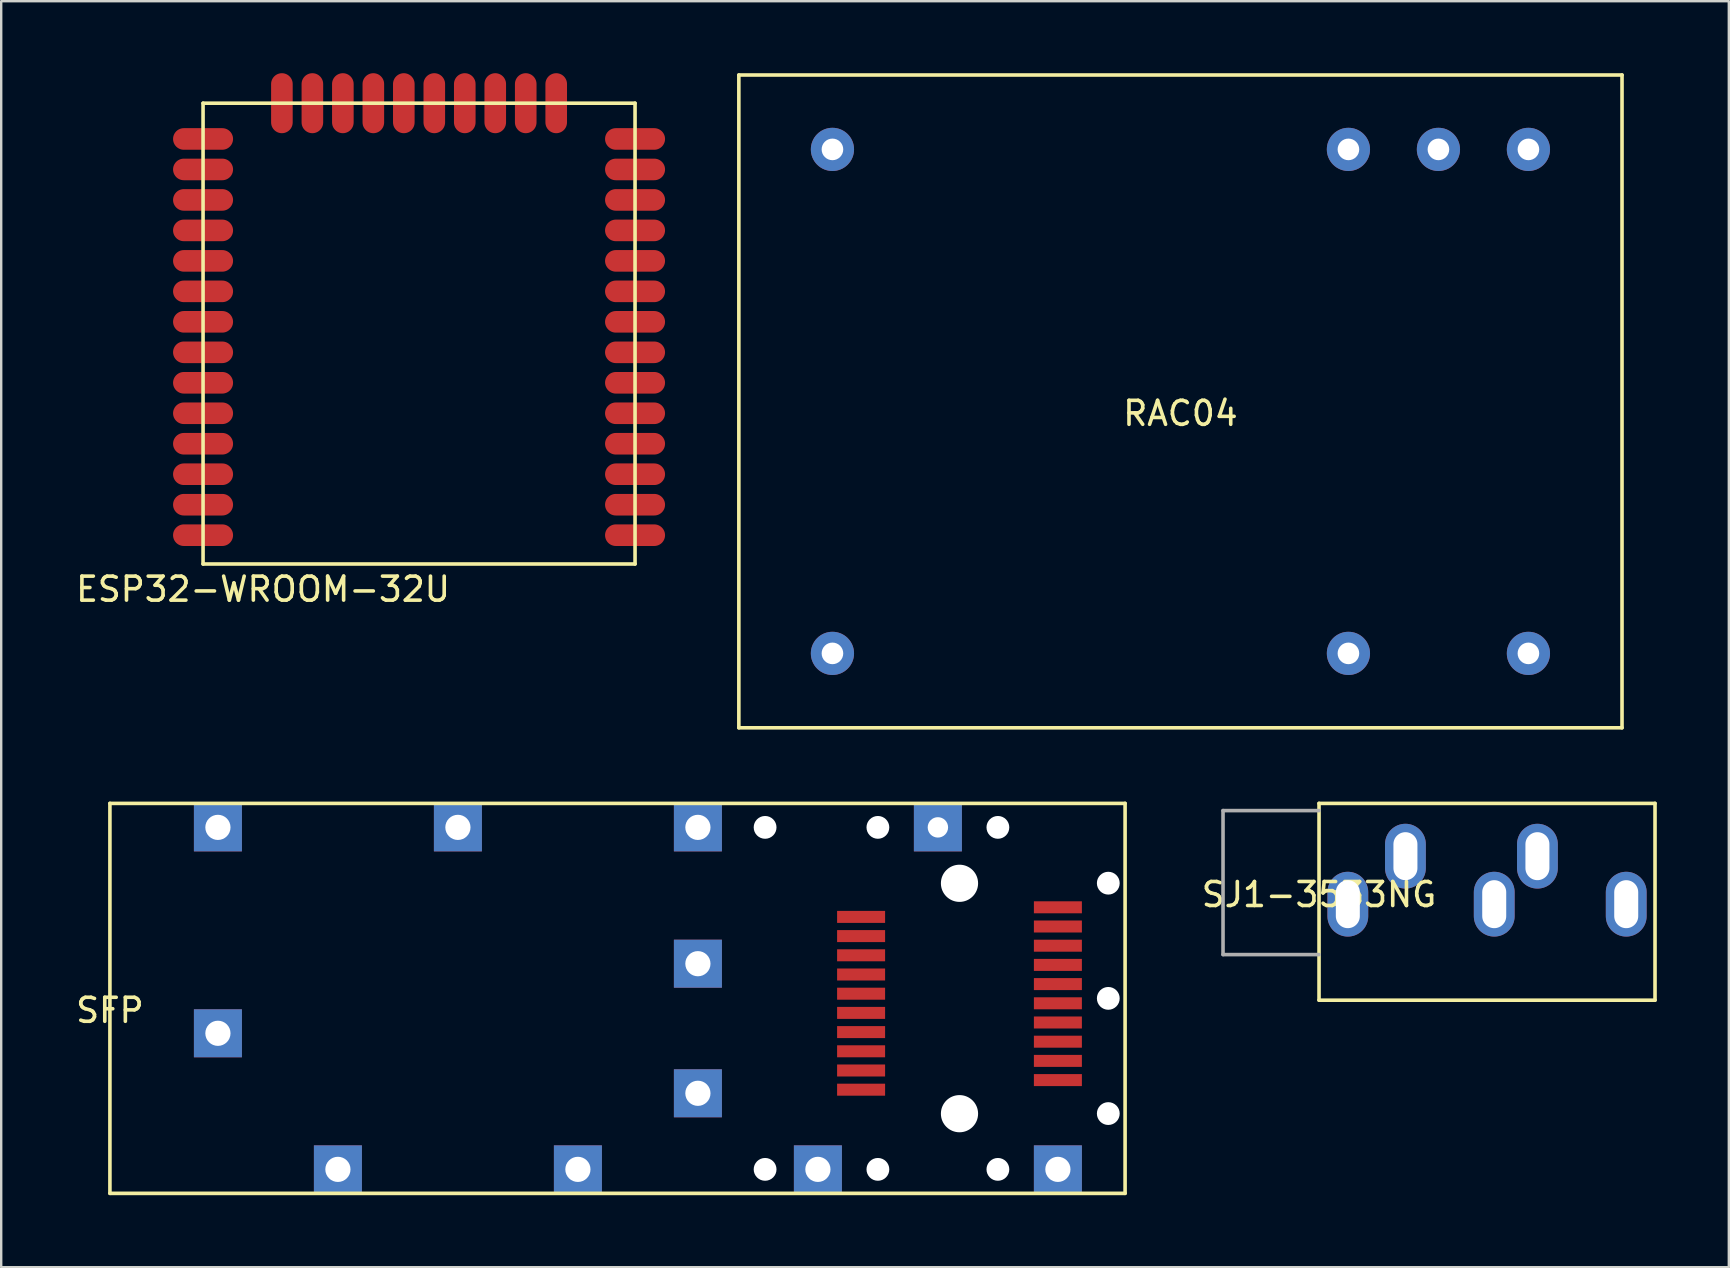
<source format=kicad_pcb>
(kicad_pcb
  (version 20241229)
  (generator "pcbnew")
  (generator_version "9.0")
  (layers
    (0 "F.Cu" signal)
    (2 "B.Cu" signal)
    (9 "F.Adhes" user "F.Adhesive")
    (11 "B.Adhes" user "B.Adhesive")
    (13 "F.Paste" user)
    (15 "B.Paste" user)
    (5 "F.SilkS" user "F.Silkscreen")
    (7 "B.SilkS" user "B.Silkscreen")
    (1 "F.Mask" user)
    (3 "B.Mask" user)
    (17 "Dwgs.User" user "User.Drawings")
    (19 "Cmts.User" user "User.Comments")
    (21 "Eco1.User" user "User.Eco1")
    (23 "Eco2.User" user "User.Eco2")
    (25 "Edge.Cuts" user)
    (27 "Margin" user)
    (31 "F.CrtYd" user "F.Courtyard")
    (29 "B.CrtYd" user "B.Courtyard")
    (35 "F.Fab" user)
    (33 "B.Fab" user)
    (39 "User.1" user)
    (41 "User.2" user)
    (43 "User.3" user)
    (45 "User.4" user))
  (footprint "ESP32-WROOM-32U"
    (layer "F.Cu")
    (at 14.411 14)
    (property "Reference" "ESP32-WROOM-32U" (at -6.5 7.5 0) (layer "F.SilkS") (effects (font (size 1 1) (thickness 0.15))))
    (attr through_hole)
    (fp_line (start -9 -12.75) (end 9 -12.75) (stroke (width 0.15) (type solid)) (layer "F.SilkS"))
    (fp_line (start -9 6.45) (end -9 -12.75) (stroke (width 0.15) (type solid)) (layer "F.SilkS"))
    (fp_line (start -9 6.45) (end 9 6.45) (stroke (width 0.15) (type solid)) (layer "F.SilkS"))
    (fp_line (start 9 6.45) (end 9 -12.75) (stroke (width 0.15) (type solid)) (layer "F.SilkS"))
    (pad "1" smd oval (at 9 5.25) (size 2.5 0.9) (layers "F.Cu" "F.Mask" "F.Paste"))
    (pad "2" smd oval (at 9 3.98) (size 2.5 0.9) (layers "F.Cu" "F.Mask" "F.Paste"))
    (pad "3" smd oval (at 9 2.71) (size 2.5 0.9) (layers "F.Cu" "F.Mask" "F.Paste"))
    (pad "4" smd oval (at 9 1.44) (size 2.5 0.9) (layers "F.Cu" "F.Mask" "F.Paste"))
    (pad "5" smd oval (at 9 0.17) (size 2.5 0.9) (layers "F.Cu" "F.Mask" "F.Paste"))
    (pad "6" smd oval (at 9 -1.1) (size 2.5 0.9) (layers "F.Cu" "F.Mask" "F.Paste"))
    (pad "7" smd oval (at 9 -2.37) (size 2.5 0.9) (layers "F.Cu" "F.Mask" "F.Paste"))
    (pad "8" smd oval (at 9 -3.64) (size 2.5 0.9) (layers "F.Cu" "F.Mask" "F.Paste"))
    (pad "9" smd oval (at 9 -4.91) (size 2.5 0.9) (layers "F.Cu" "F.Mask" "F.Paste"))
    (pad "10" smd oval (at 9 -6.18) (size 2.5 0.9) (layers "F.Cu" "F.Mask" "F.Paste"))
    (pad "11" smd oval (at 9 -7.45) (size 2.5 0.9) (layers "F.Cu" "F.Mask" "F.Paste"))
    (pad "12" smd oval (at 9 -8.72) (size 2.5 0.9) (layers "F.Cu" "F.Mask" "F.Paste"))
    (pad "13" smd oval (at 9 -9.99) (size 2.5 0.9) (layers "F.Cu" "F.Mask" "F.Paste"))
    (pad "14" smd oval (at 9 -11.26) (size 2.5 0.9) (layers "F.Cu" "F.Mask" "F.Paste"))
    (pad "15" smd oval (at 5.715 -12.75) (size 0.9 2.5) (layers "F.Cu" "F.Mask" "F.Paste"))
    (pad "16" smd oval (at 4.445 -12.75) (size 0.9 2.5) (layers "F.Cu" "F.Mask" "F.Paste"))
    (pad "17" smd oval (at 3.175 -12.75) (size 0.9 2.5) (layers "F.Cu" "F.Mask" "F.Paste"))
    (pad "18" smd oval (at 1.905 -12.75) (size 0.9 2.5) (layers "F.Cu" "F.Mask" "F.Paste"))
    (pad "19" smd oval (at 0.635 -12.75) (size 0.9 2.5) (layers "F.Cu" "F.Mask" "F.Paste"))
    (pad "20" smd oval (at -0.635 -12.75) (size 0.9 2.5) (layers "F.Cu" "F.Mask" "F.Paste"))
    (pad "21" smd oval (at -1.905 -12.75) (size 0.9 2.5) (layers "F.Cu" "F.Mask" "F.Paste"))
    (pad "22" smd oval (at -3.175 -12.75) (size 0.9 2.5) (layers "F.Cu" "F.Mask" "F.Paste"))
    (pad "23" smd oval (at -4.445 -12.75) (size 0.9 2.5) (layers "F.Cu" "F.Mask" "F.Paste"))
    (pad "24" smd oval (at -5.715 -12.75) (size 0.9 2.5) (layers "F.Cu" "F.Mask" "F.Paste"))
    (pad "25" smd oval (at -9 -11.26) (size 2.5 0.9) (layers "F.Cu" "F.Mask" "F.Paste"))
    (pad "26" smd oval (at -9 -9.99) (size 2.5 0.9) (layers "F.Cu" "F.Mask" "F.Paste"))
    (pad "27" smd oval (at -9 -8.72) (size 2.5 0.9) (layers "F.Cu" "F.Mask" "F.Paste"))
    (pad "28" smd oval (at -9 -7.45) (size 2.5 0.9) (layers "F.Cu" "F.Mask" "F.Paste"))
    (pad "29" smd oval (at -9 -6.18) (size 2.5 0.9) (layers "F.Cu" "F.Mask" "F.Paste"))
    (pad "30" smd oval (at -9 -4.91) (size 2.5 0.9) (layers "F.Cu" "F.Mask" "F.Paste"))
    (pad "31" smd oval (at -9 -3.64) (size 2.5 0.9) (layers "F.Cu" "F.Mask" "F.Paste"))
    (pad "32" smd oval (at -9 -2.37) (size 2.5 0.9) (layers "F.Cu" "F.Mask" "F.Paste"))
    (pad "33" smd oval (at -9 -1.1) (size 2.5 0.9) (layers "F.Cu" "F.Mask" "F.Paste"))
    (pad "34" smd oval (at -9 0.17) (size 2.5 0.9) (layers "F.Cu" "F.Mask" "F.Paste"))
    (pad "35" smd oval (at -9 1.44) (size 2.5 0.9) (layers "F.Cu" "F.Mask" "F.Paste"))
    (pad "36" smd oval (at -9 2.71) (size 2.5 0.9) (layers "F.Cu" "F.Mask" "F.Paste"))
    (pad "37" smd oval (at -9 3.98) (size 2.5 0.9) (layers "F.Cu" "F.Mask" "F.Paste"))
    (pad "38" smd oval (at -9 5.25) (size 2.5 0.9) (layers "F.Cu" "F.Mask" "F.Paste")))
  (footprint "SJ1-3533NG"
    (layer "F.Cu")
    (at 51.911 33.725)
    (property "Reference" "SJ1-3533NG" (at 0 0.5 0) (layer "F.SilkS") (effects (font (size 1 1) (thickness 0.15))))
    (attr through_hole)
    (fp_line (start 0 -3.3) (end 0 4.9) (stroke (width 0.15) (type solid)) (layer "F.SilkS"))
    (fp_line (start 0 4.9) (end 14 4.9) (stroke (width 0.15) (type solid)) (layer "F.SilkS"))
    (fp_line (start 14 -3.3) (end 0 -3.3) (stroke (width 0.15) (type solid)) (layer "F.SilkS"))
    (fp_line (start 14 4.9) (end 14 -3.3) (stroke (width 0.15) (type solid)) (layer "F.SilkS"))
    (fp_line (start -4 -3) (end -4 3) (stroke (width 0.15) (type solid)) (layer "F.Fab"))
    (fp_line (start -4 3) (end 0 3) (stroke (width 0.15) (type solid)) (layer "F.Fab"))
    (fp_line (start 0 -3) (end -4 -3) (stroke (width 0.15) (type solid)) (layer "F.Fab"))
    (pad "1" thru_hole oval (at 1.2 0.9) (size 1.7 2.7) (drill oval 1 2) (layers "*.Cu" "*.Mask"))
    (pad "2" thru_hole oval (at 3.6 -1.1) (size 1.7 2.7) (drill oval 1 2) (layers "*.Cu" "*.Mask"))
    (pad "3" thru_hole oval (at 9.1 -1.1) (size 1.7 2.7) (drill oval 1 2) (layers "*.Cu" "*.Mask"))
    (pad "4" thru_hole oval (at 12.8 0.9) (size 1.7 2.7) (drill oval 1 2) (layers "*.Cu" "*.Mask"))
    (pad "5" thru_hole oval (at 7.3 0.9) (size 1.7 2.7) (drill oval 1 2) (layers "*.Cu" "*.Mask")))
  (footprint "SFP"
    (layer "F.Cu")
    (at 1.53 38.55)
    (property "Reference" "SFP" (at 0 0.5 0) (layer "F.SilkS") (effects (font (size 1 1) (thickness 0.15))))
    (attr through_hole)
    (fp_line (start 0 -8.125) (end 42.3 -8.125) (stroke (width 0.15) (type solid)) (layer "F.SilkS"))
    (fp_line (start 0 8.125) (end 0 -8.125) (stroke (width 0.15) (type solid)) (layer "F.SilkS"))
    (fp_line (start 42.3 -8.125) (end 42.3 8.125) (stroke (width 0.15) (type solid)) (layer "F.SilkS"))
    (fp_line (start 42.3 8.125) (end 0 8.125) (stroke (width 0.15) (type solid)) (layer "F.SilkS"))
    (pad "" np_thru_hole circle (at 27.3 -7.125) (size 0.95 0.95) (drill 0.95) (layers "*.Cu" "*.Mask"))
    (pad "" np_thru_hole circle (at 27.3 7.125) (size 0.95 0.95) (drill 0.95) (layers "*.Cu" "*.Mask"))
    (pad "" np_thru_hole circle (at 32 -7.125) (size 0.95 0.95) (drill 0.95) (layers "*.Cu" "*.Mask"))
    (pad "" np_thru_hole circle (at 32 7.125) (size 0.95 0.95) (drill 0.95) (layers "*.Cu" "*.Mask"))
    (pad "" np_thru_hole circle (at 35.4 -4.795) (size 1.55 1.55) (drill 1.55) (layers "*.Cu" "*.Mask"))
    (pad "" np_thru_hole circle (at 35.4 4.805) (size 1.55 1.55) (drill 1.55) (layers "*.Cu" "*.Mask"))
    (pad "" np_thru_hole circle (at 37 -7.125) (size 0.95 0.95) (drill 0.95) (layers "*.Cu" "*.Mask"))
    (pad "" np_thru_hole circle (at 37 7.125) (size 0.95 0.95) (drill 0.95) (layers "*.Cu" "*.Mask"))
    (pad "" np_thru_hole circle (at 41.6 -4.8) (size 0.95 0.95) (drill 0.95) (layers "*.Cu" "*.Mask"))
    (pad "" np_thru_hole circle (at 41.6 0) (size 0.95 0.95) (drill 0.95) (layers "*.Cu" "*.Mask"))
    (pad "" np_thru_hole circle (at 41.6 4.8) (size 0.95 0.95) (drill 0.95) (layers "*.Cu" "*.Mask"))
    (pad "1" smd rect (at 31.3 -3.395) (size 2 0.5) (layers "F.Cu" "F.Mask" "F.Paste"))
    (pad "2" smd rect (at 31.3 -2.595) (size 2 0.5) (layers "F.Cu" "F.Mask" "F.Paste"))
    (pad "3" smd rect (at 31.3 -1.795) (size 2 0.5) (layers "F.Cu" "F.Mask" "F.Paste"))
    (pad "4" smd rect (at 31.3 -0.995) (size 2 0.5) (layers "F.Cu" "F.Mask" "F.Paste"))
    (pad "5" smd rect (at 31.3 -0.195) (size 2 0.5) (layers "F.Cu" "F.Mask" "F.Paste"))
    (pad "6" smd rect (at 31.3 0.605) (size 2 0.5) (layers "F.Cu" "F.Mask" "F.Paste"))
    (pad "7" smd rect (at 31.3 1.405) (size 2 0.5) (layers "F.Cu" "F.Mask" "F.Paste"))
    (pad "8" smd rect (at 31.3 2.205) (size 2 0.5) (layers "F.Cu" "F.Mask" "F.Paste"))
    (pad "9" smd rect (at 31.3 3.005) (size 2 0.5) (layers "F.Cu" "F.Mask" "F.Paste"))
    (pad "10" smd rect (at 31.3 3.805) (size 2 0.5) (layers "F.Cu" "F.Mask" "F.Paste"))
    (pad "11" smd rect (at 39.5 3.405) (size 2 0.5) (layers "F.Cu" "F.Mask" "F.Paste"))
    (pad "12" smd rect (at 39.5 2.605) (size 2 0.5) (layers "F.Cu" "F.Mask" "F.Paste"))
    (pad "13" smd rect (at 39.5 1.805) (size 2 0.5) (layers "F.Cu" "F.Mask" "F.Paste"))
    (pad "14" smd rect (at 39.5 1.005) (size 2 0.5) (layers "F.Cu" "F.Mask" "F.Paste"))
    (pad "15" smd rect (at 39.5 0.205) (size 2 0.5) (layers "F.Cu" "F.Mask" "F.Paste"))
    (pad "16" smd rect (at 39.5 -0.595) (size 2 0.5) (layers "F.Cu" "F.Mask" "F.Paste"))
    (pad "17" smd rect (at 39.5 -1.395) (size 2 0.5) (layers "F.Cu" "F.Mask" "F.Paste"))
    (pad "18" smd rect (at 39.5 -2.195) (size 2 0.5) (layers "F.Cu" "F.Mask" "F.Paste"))
    (pad "19" smd rect (at 39.5 -2.995) (size 2 0.5) (layers "F.Cu" "F.Mask" "F.Paste"))
    (pad "20" smd rect (at 39.5 -3.795) (size 2 0.5) (layers "F.Cu" "F.Mask" "F.Paste"))
    (pad "SH" thru_hole rect (at 4.5 -7.125) (size 2 2) (drill 1.05) (layers "*.Cu" "*.Mask"))
    (pad "SH" thru_hole rect (at 4.5 1.455) (size 2 2) (drill 1.05) (layers "*.Cu" "*.Mask"))
    (pad "SH" thru_hole rect (at 9.5 7.125) (size 2 2) (drill 1.05) (layers "*.Cu" "*.Mask"))
    (pad "SH" thru_hole rect (at 14.5 -7.125) (size 2 2) (drill 1.05) (layers "*.Cu" "*.Mask"))
    (pad "SH" thru_hole rect (at 19.5 7.125) (size 2 2) (drill 1.05) (layers "*.Cu" "*.Mask"))
    (pad "SH" thru_hole rect (at 24.5 -7.125) (size 2 2) (drill 1.05) (layers "*.Cu" "*.Mask"))
    (pad "SH" thru_hole rect (at 24.5 -1.445) (size 2 2) (drill 1.05) (layers "*.Cu" "*.Mask"))
    (pad "SH" thru_hole rect (at 24.5 3.955) (size 2 2) (drill 1.05) (layers "*.Cu" "*.Mask"))
    (pad "SH" thru_hole rect (at 29.5 7.125) (size 2 2) (drill 1.05) (layers "*.Cu" "*.Mask"))
    (pad "SH" thru_hole rect (at 34.5 -7.125) (size 2 2) (drill 0.85) (layers "*.Cu" "*.Mask"))
    (pad "SH" thru_hole rect (at 39.5 7.125) (size 2 2) (drill 1.05) (layers "*.Cu" "*.Mask")))
  (footprint "RAC04"
    (layer "F.Cu")
    (at 46.136 13.675)
    (property "Reference" "RAC04" (at 0 0.5 0) (layer "F.SilkS") (effects (font (size 1 1) (thickness 0.15))))
    (attr through_hole)
    (fp_line (start -18.4 -13.6) (end 18.4 -13.6) (stroke (width 0.15) (type solid)) (layer "F.SilkS"))
    (fp_line (start -18.4 13.6) (end -18.4 -13.6) (stroke (width 0.15) (type solid)) (layer "F.SilkS"))
    (fp_line (start 18.4 -13.6) (end 18.4 13.6) (stroke (width 0.15) (type solid)) (layer "F.SilkS"))
    (fp_line (start 18.4 13.6) (end -18.4 13.6) (stroke (width 0.15) (type solid)) (layer "F.SilkS"))
    (pad "1" thru_hole circle (at -14.5 -10.5) (size 1.8 1.8) (drill 0.9) (layers "*.Cu" "*.Mask"))
    (pad "2" thru_hole circle (at 7 -10.5) (size 1.8 1.8) (drill 0.9) (layers "*.Cu" "*.Mask"))
    (pad "3" thru_hole circle (at 10.75 -10.5) (size 1.8 1.8) (drill 0.9) (layers "*.Cu" "*.Mask"))
    (pad "4" thru_hole circle (at 14.5 -10.5) (size 1.8 1.8) (drill 0.9) (layers "*.Cu" "*.Mask"))
    (pad "5" thru_hole circle (at 14.5 10.5) (size 1.8 1.8) (drill 0.9) (layers "*.Cu" "*.Mask"))
    (pad "6" thru_hole circle (at 7 10.5) (size 1.8 1.8) (drill 0.9) (layers "*.Cu" "*.Mask"))
    (pad "7" thru_hole circle (at -14.5 10.5) (size 1.8 1.8) (drill 0.9) (layers "*.Cu" "*.Mask")))
  (gr_rect
    (start -3 -3)
    (end 68.986 49.75)
    (stroke (width 0.1) (type default))
    (fill no)
    (layer "Edge.Cuts")))
</source>
